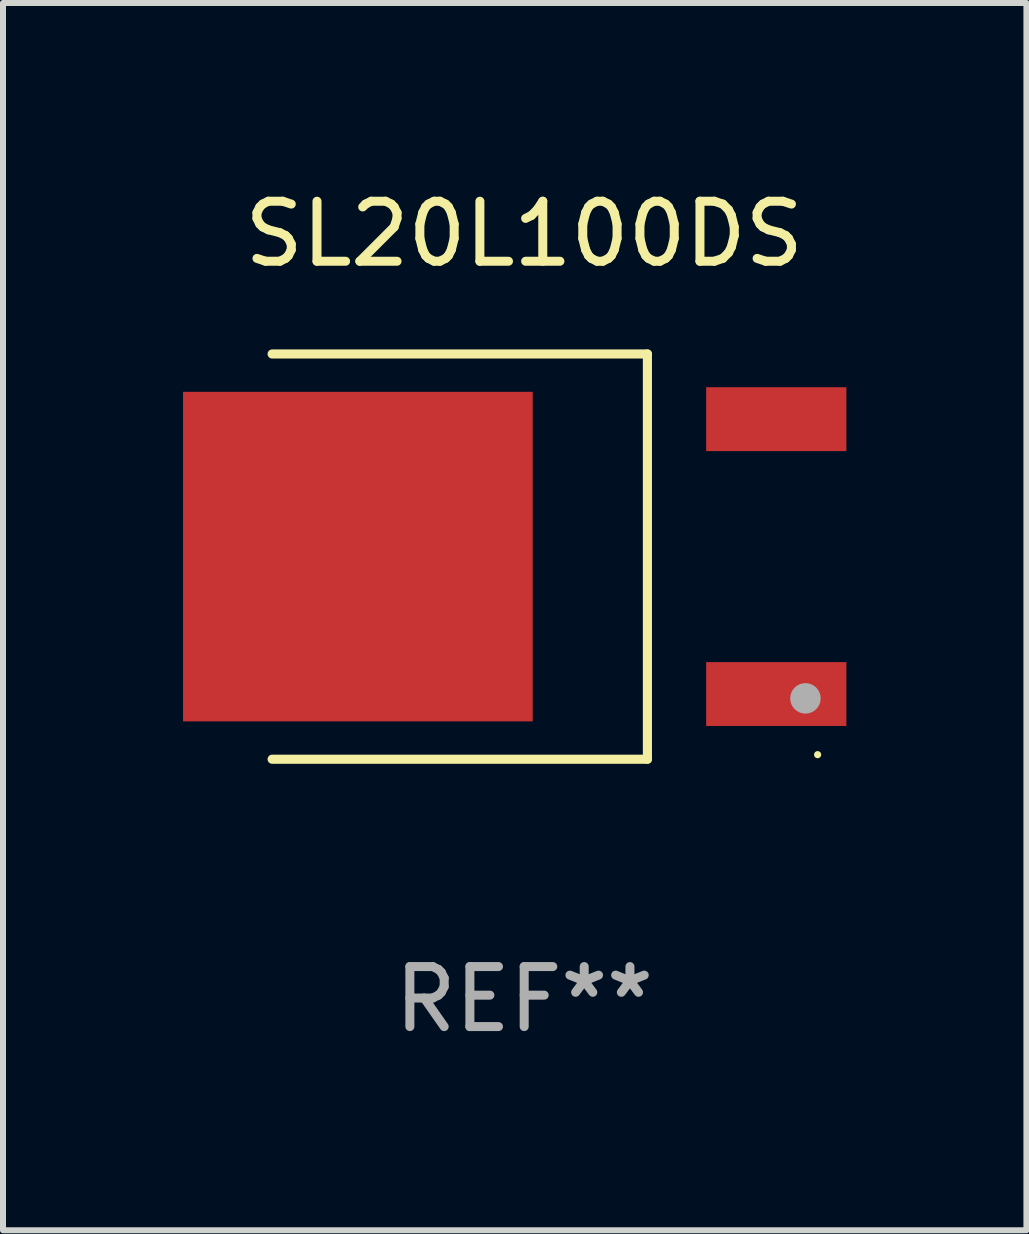
<source format=kicad_pcb>
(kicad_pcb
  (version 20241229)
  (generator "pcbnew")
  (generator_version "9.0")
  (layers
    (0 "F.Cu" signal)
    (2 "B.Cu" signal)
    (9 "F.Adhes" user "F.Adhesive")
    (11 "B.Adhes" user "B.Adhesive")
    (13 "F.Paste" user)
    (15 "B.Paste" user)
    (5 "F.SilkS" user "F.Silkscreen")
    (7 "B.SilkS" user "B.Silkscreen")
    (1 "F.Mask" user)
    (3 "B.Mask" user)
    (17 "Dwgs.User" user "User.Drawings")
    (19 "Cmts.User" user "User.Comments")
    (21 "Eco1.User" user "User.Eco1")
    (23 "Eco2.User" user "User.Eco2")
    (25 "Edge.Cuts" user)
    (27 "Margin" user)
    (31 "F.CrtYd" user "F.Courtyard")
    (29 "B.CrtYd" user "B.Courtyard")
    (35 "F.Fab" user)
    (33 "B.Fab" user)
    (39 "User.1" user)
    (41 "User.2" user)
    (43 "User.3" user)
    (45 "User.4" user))
  (footprint "SL20L100DS"
    (layer "F.Cu")
    (at 5.684 6.224)
    (property "Reference" "SL20L100DS" (at 0 -5.376 0) (layer "F.SilkS") (effects (font (size 1 1) (thickness 0.15))))
    (attr through_hole)
    (fp_line (start -4.2 -3.376) (end 2.053 -3.376) (stroke (width 0.152) (type solid)) (layer "F.SilkS"))
    (fp_line (start -4.2 3.376) (end 2.053 3.376) (stroke (width 0.152) (type solid)) (layer "F.SilkS"))
    (fp_line (start 2.053 3.376) (end 2.053 -3.376) (stroke (width 0.152) (type solid)) (layer "F.SilkS"))
    (fp_circle (center 4.889 3.3) (end 4.919 3.3) (stroke (width 0.06) (type solid)) (fill no) (layer "F.SilkS"))
    (fp_circle (center 4.686 2.362) (end 4.813 2.362) (stroke (width 0.254) (type solid)) (fill no) (layer "F.Fab"))
    (fp_text user "REF**" (at 0 7.376 0) (layer "F.Fab") (effects (font (size 1 1) (thickness 0.15))))
    (pad "1" smd rect (at 4.2 2.29) (size 2.336 1.064) (layers "F.Cu" "F.Mask" "F.Paste"))
    (pad "3" smd rect (at 4.2 -2.29) (size 2.336 1.064) (layers "F.Cu" "F.Mask" "F.Paste"))
    (pad "4" smd rect (at -2.771 0) (size 5.826 5.491) (layers "F.Cu" "F.Mask" "F.Paste")))
  (gr_rect
    (start -3 -3)
    (end 14.052 17.449)
    (stroke (width 0.1) (type default))
    (fill no)
    (layer "Edge.Cuts")))
</source>
